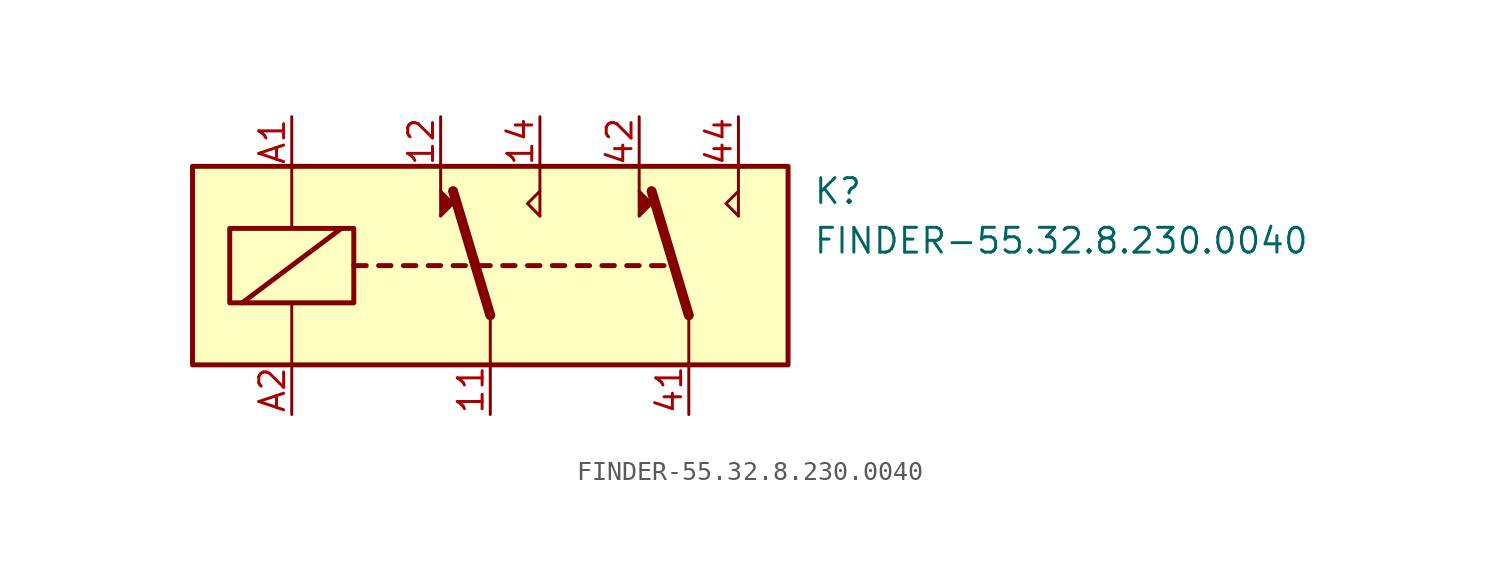
<source format=kicad_sym>
(kicad_symbol_lib
  (version 20211014)
  (generator kicad_symbol_editor)
  (symbol "FINDER-55.32.8.230.0040"
    (pin_names
      (offset 1.016))
    (property "Reference" "K"
      (at 16.51 3.81 0)
      (effects (font (size 1.27 1.27)) (justify left)))
    (property "Value" "FINDER-55.32.8.230.0040"
      (at 16.51 1.27 0)
      (effects (font (size 1.27 1.27)) (justify left)))
    (symbol "FINDER-55.32.8.230.0040_0_1"
      (rectangle (start -15.24 5.08) (end 15.24 -5.08) (stroke (width 0.254) (type default) (color 0 0 0 0)) (fill (type background)))
      (rectangle (start -13.335 1.905) (end -6.985 -1.905) (stroke (width 0.254) (type default) (color 0 0 0 0)) (fill (type none)))
      (polyline (pts (xy -12.7 -1.905) (xy -7.62 1.905)) (stroke (width 0.254) (type default) (color 0 0 0 0)) (fill (type none)))
      (polyline (pts (xy -10.16 -5.08) (xy -10.16 -1.905)) (stroke (width 0) (type default) (color 0 0 0 0)) (fill (type none)))
      (polyline (pts (xy -10.16 5.08) (xy -10.16 1.905)) (stroke (width 0) (type default) (color 0 0 0 0)) (fill (type none)))
      (polyline (pts (xy -6.985 0) (xy -6.35 0)) (stroke (width 0.254) (type default) (color 0 0 0 0)) (fill (type none)))
      (polyline (pts (xy -5.715 0) (xy -5.08 0)) (stroke (width 0.254) (type default) (color 0 0 0 0)) (fill (type none)))
      (polyline (pts (xy -4.445 0) (xy -3.81 0)) (stroke (width 0.254) (type default) (color 0 0 0 0)) (fill (type none)))
      (polyline (pts (xy -3.175 0) (xy -2.54 0)) (stroke (width 0.254) (type default) (color 0 0 0 0)) (fill (type none)))
      (polyline (pts (xy -2.54 2.54) (xy -2.54 5.08)) (stroke (width 0) (type default) (color 0 0 0 0)) (fill (type none)))
      (polyline (pts (xy -1.905 0) (xy -1.27 0)) (stroke (width 0.254) (type default) (color 0 0 0 0)) (fill (type none)))
      (polyline (pts (xy -0.635 0) (xy 0 0)) (stroke (width 0.254) (type default) (color 0 0 0 0)) (fill (type none)))
      (polyline (pts (xy 0 -2.54) (xy -1.905 3.81)) (stroke (width 0.508) (type default) (color 0 0 0 0)) (fill (type none)))
      (polyline (pts (xy 0 -2.54) (xy 0 -5.08)) (stroke (width 0) (type default) (color 0 0 0 0)) (fill (type none)))
      (polyline (pts (xy 0.635 0) (xy 1.27 0)) (stroke (width 0.254) (type default) (color 0 0 0 0)) (fill (type none)))
      (polyline (pts (xy 1.905 0) (xy 2.54 0)) (stroke (width 0.254) (type default) (color 0 0 0 0)) (fill (type none)))
      (polyline (pts (xy 2.54 2.54) (xy 2.54 5.08)) (stroke (width 0) (type default) (color 0 0 0 0)) (fill (type none)))
      (polyline (pts (xy 3.175 0) (xy 3.81 0)) (stroke (width 0.254) (type default) (color 0 0 0 0)) (fill (type none)))
      (polyline (pts (xy 4.445 0) (xy 5.08 0)) (stroke (width 0.254) (type default) (color 0 0 0 0)) (fill (type none)))
      (polyline (pts (xy 5.715 0) (xy 6.35 0)) (stroke (width 0.254) (type default) (color 0 0 0 0)) (fill (type none)))
      (polyline (pts (xy 6.985 0) (xy 7.62 0)) (stroke (width 0.254) (type default) (color 0 0 0 0)) (fill (type none)))
      (polyline (pts (xy 7.62 2.54) (xy 7.62 5.08)) (stroke (width 0) (type default) (color 0 0 0 0)) (fill (type none)))
      (polyline (pts (xy 8.255 0) (xy 8.89 0)) (stroke (width 0.254) (type default) (color 0 0 0 0)) (fill (type none)))
      (polyline (pts (xy 10.16 -2.54) (xy 8.255 3.81)) (stroke (width 0.508) (type default) (color 0 0 0 0)) (fill (type none)))
      (polyline (pts (xy 10.16 -2.54) (xy 10.16 -5.08)) (stroke (width 0) (type default) (color 0 0 0 0)) (fill (type none)))
      (polyline (pts (xy 12.7 2.54) (xy 12.7 5.08)) (stroke (width 0) (type default) (color 0 0 0 0)) (fill (type none)))
      (polyline (pts (xy -2.54 2.54) (xy -1.905 3.175) (xy -2.54 3.81)) (stroke (width 0) (type default) (color 0 0 0 0)) (fill (type outline)))
      (polyline (pts (xy 2.54 2.54) (xy 1.905 3.175) (xy 2.54 3.81)) (stroke (width 0) (type default) (color 0 0 0 0)) (fill (type none)))
      (polyline (pts (xy 7.62 2.54) (xy 8.255 3.175) (xy 7.62 3.81)) (stroke (width 0) (type default) (color 0 0 0 0)) (fill (type outline)))
      (polyline (pts (xy 12.7 2.54) (xy 12.065 3.175) (xy 12.7 3.81)) (stroke (width 0) (type default) (color 0 0 0 0)) (fill (type none))))
    (symbol "FINDER-55.32.8.230.0040_1_1"
      (pin passive line (at 0 -7.62 90) (length 2.54) (name "~" (effects (font (size 1.27 1.27)))) (number "11" (effects (font (size 1.27 1.27)))))
      (pin passive line (at -2.54 7.62 270) (length 2.54) (name "~" (effects (font (size 1.27 1.27)))) (number "12" (effects (font (size 1.27 1.27)))))
      (pin passive line (at 2.54 7.62 270) (length 2.54) (name "~" (effects (font (size 1.27 1.27)))) (number "14" (effects (font (size 1.27 1.27)))))
      (pin passive line (at 10.16 -7.62 90) (length 2.54) (name "~" (effects (font (size 1.27 1.27)))) (number "41" (effects (font (size 1.27 1.27)))))
      (pin passive line (at 7.62 7.62 270) (length 2.54) (name "~" (effects (font (size 1.27 1.27)))) (number "42" (effects (font (size 1.27 1.27)))))
      (pin passive line (at 12.7 7.62 270) (length 2.54) (name "~" (effects (font (size 1.27 1.27)))) (number "44" (effects (font (size 1.27 1.27)))))
      (pin passive line (at -10.16 7.62 270) (length 2.54) (name "~" (effects (font (size 1.27 1.27)))) (number "A1" (effects (font (size 1.27 1.27)))))
      (pin passive line (at -10.16 -7.62 90) (length 2.54) (name "~" (effects (font (size 1.27 1.27)))) (number "A2" (effects (font (size 1.27 1.27))))))))
</source>
